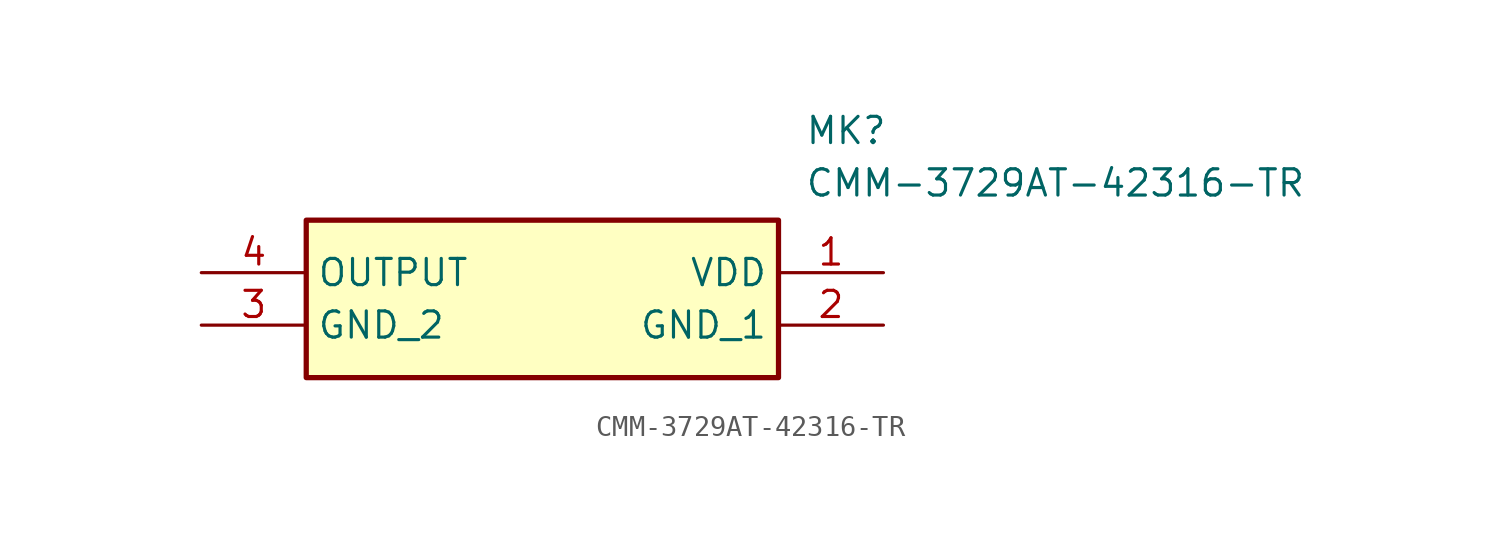
<source format=kicad_sym>
(kicad_symbol_lib
  (version 20211014)
  (generator SamacSys_ECAD_Model)
  (symbol "CMM-3729AT-42316-TR"
    (property "Reference" "MK"
      (at 29.21 7.62 0)
      (effects (font (size 1.27 1.27)) (justify left top)))
    (property "Value" "CMM-3729AT-42316-TR"
      (at 29.21 5.08 0)
      (effects (font (size 1.27 1.27)) (justify left top)))
    (rectangle
      (start 5.08 2.54)
      (end 27.94 -5.08)
      (stroke (width 0.254) (type default))
      (fill (type background)))
    (pin passive line
      (at 33.02 0 180)
      (length 5.08)
      (name "VDD" (effects (font (size 1.27 1.27))))
      (number "1" (effects (font (size 1.27 1.27)))))
    (pin passive line
      (at 33.02 -2.54 180)
      (length 5.08)
      (name "GND_1" (effects (font (size 1.27 1.27))))
      (number "2" (effects (font (size 1.27 1.27)))))
    (pin passive line
      (at 0 -2.54 0)
      (length 5.08)
      (name "GND_2" (effects (font (size 1.27 1.27))))
      (number "3" (effects (font (size 1.27 1.27)))))
    (pin passive line
      (at 0 0 0)
      (length 5.08)
      (name "OUTPUT" (effects (font (size 1.27 1.27))))
      (number "4" (effects (font (size 1.27 1.27)))))))
</source>
